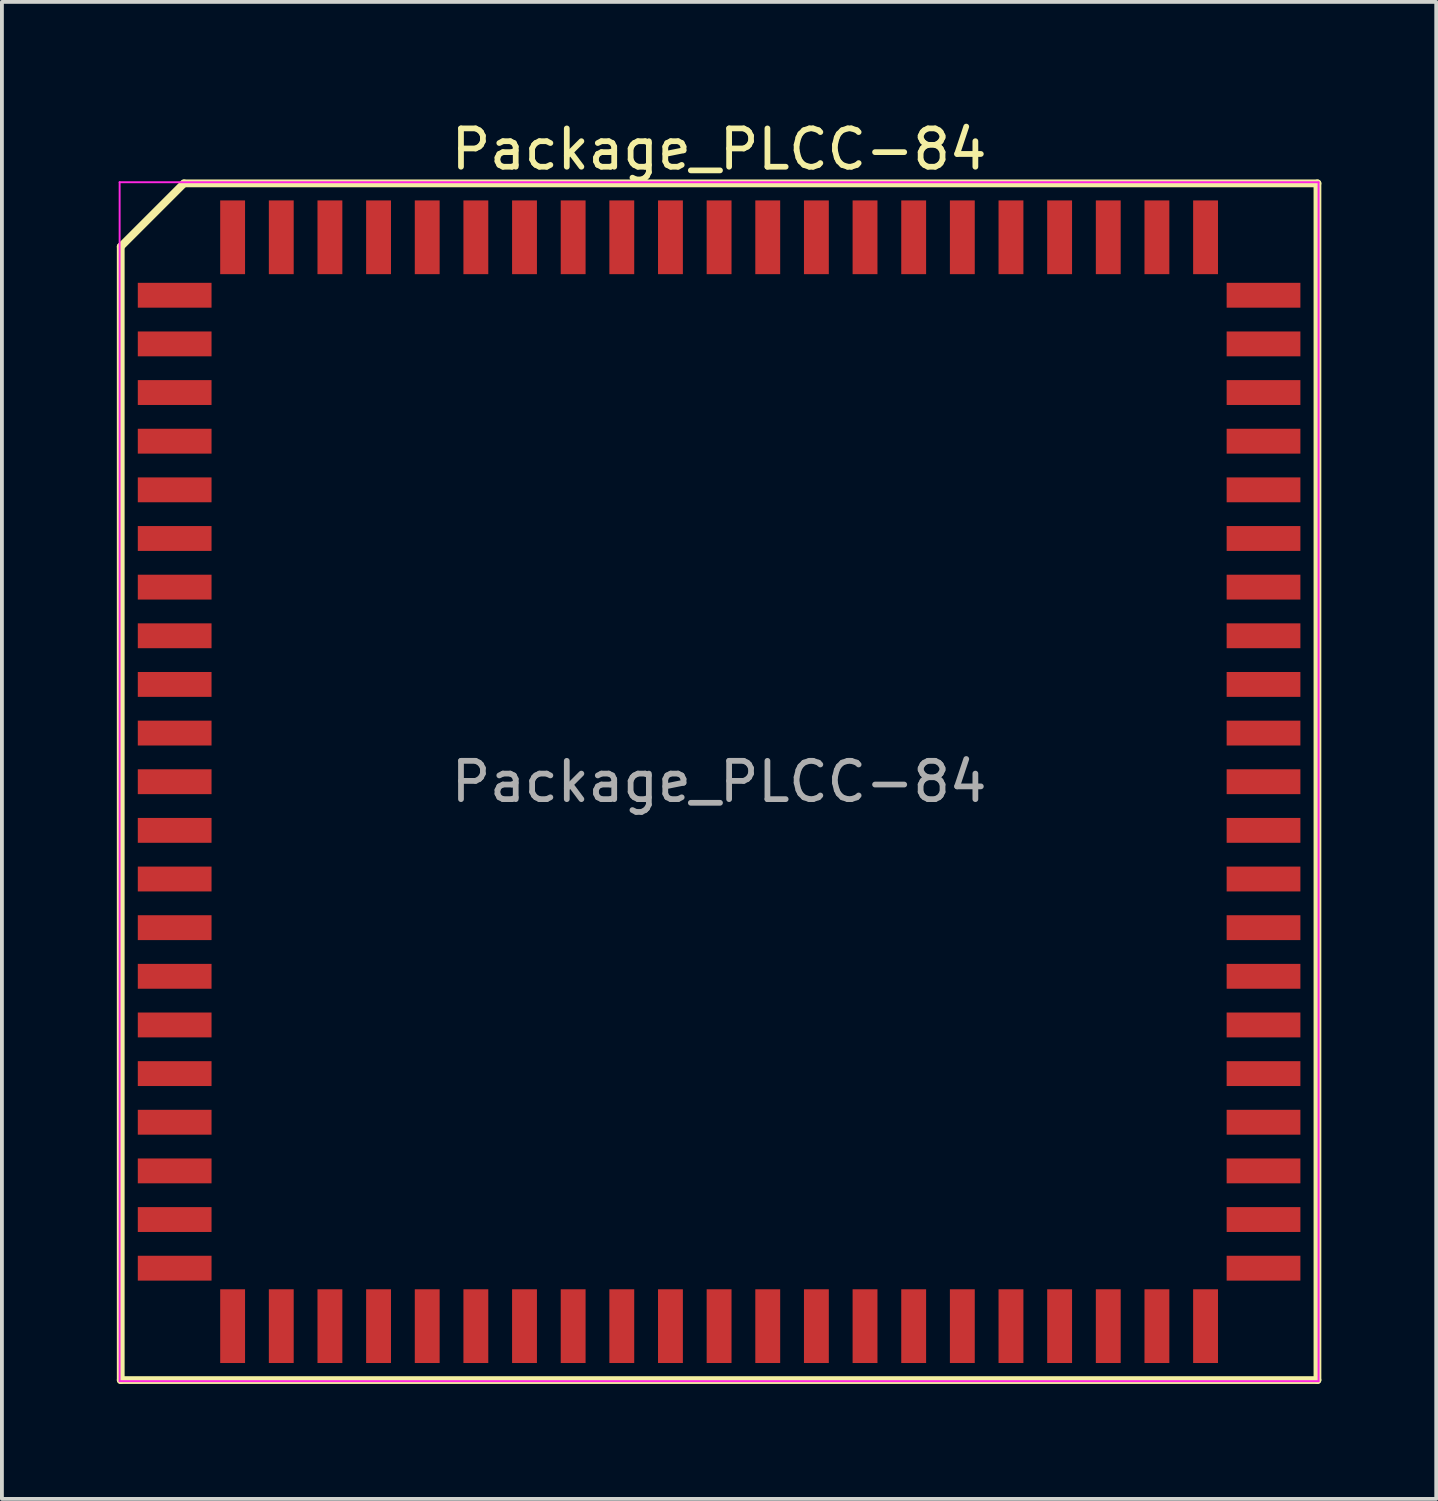
<source format=kicad_pcb>
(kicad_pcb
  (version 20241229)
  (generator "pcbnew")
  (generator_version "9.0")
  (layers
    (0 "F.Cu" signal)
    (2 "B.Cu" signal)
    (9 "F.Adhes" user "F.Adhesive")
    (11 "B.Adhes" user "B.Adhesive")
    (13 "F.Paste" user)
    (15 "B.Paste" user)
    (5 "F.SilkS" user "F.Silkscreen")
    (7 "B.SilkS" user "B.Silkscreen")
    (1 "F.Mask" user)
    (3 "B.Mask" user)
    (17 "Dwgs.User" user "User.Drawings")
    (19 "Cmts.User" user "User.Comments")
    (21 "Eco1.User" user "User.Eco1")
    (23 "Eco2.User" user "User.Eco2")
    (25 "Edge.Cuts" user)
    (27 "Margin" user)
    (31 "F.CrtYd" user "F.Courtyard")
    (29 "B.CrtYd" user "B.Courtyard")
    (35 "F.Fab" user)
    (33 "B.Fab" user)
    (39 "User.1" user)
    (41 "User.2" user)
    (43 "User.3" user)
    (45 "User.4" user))
  (footprint "Package_PLCC-84"
    (layer "F.Cu")
    (at 15.723 17.358)
    (property "Reference" "Package_PLCC-84" (at 0 -16.51 0) (layer "F.SilkS") (effects (font (size 1 1) (thickness 0.15))))
    (attr smd)
    (fp_line (start -15.621 -13.97) (end -15.621 15.621) (stroke (width 0.203) (type solid)) (layer "F.SilkS"))
    (fp_line (start -15.621 15.621) (end 15.621 15.621) (stroke (width 0.203) (type solid)) (layer "F.SilkS"))
    (fp_line (start -13.97 -15.621) (end -15.621 -13.97) (stroke (width 0.203) (type solid)) (layer "F.SilkS"))
    (fp_line (start 15.621 -15.621) (end -13.97 -15.621) (stroke (width 0.203) (type solid)) (layer "F.SilkS"))
    (fp_line (start 15.621 15.621) (end 15.621 -15.621) (stroke (width 0.203) (type solid)) (layer "F.SilkS"))
    (fp_line (start -15.65 -15.65) (end -15.65 15.65) (stroke (width 0.05) (type solid)) (layer "F.CrtYd"))
    (fp_line (start -15.65 15.65) (end 15.65 15.65) (stroke (width 0.05) (type solid)) (layer "F.CrtYd"))
    (fp_line (start 15.65 -15.65) (end -15.65 -15.65) (stroke (width 0.05) (type solid)) (layer "F.CrtYd"))
    (fp_line (start 15.65 15.65) (end 15.65 -15.65) (stroke (width 0.05) (type solid)) (layer "F.CrtYd"))
    (fp_text user "${REFERENCE}" (at 0 0 0) (layer "F.Fab") (effects (font (size 1 1) (thickness 0.15))))
    (pad "1" smd rect (at 0 -14.213) (size 0.649 1.925) (layers "F.Cu" "F.Mask" "F.Paste"))
    (pad "2" smd rect (at -1.27 -14.213) (size 0.649 1.925) (layers "F.Cu" "F.Mask" "F.Paste"))
    (pad "3" smd rect (at -2.54 -14.213) (size 0.649 1.925) (layers "F.Cu" "F.Mask" "F.Paste"))
    (pad "4" smd rect (at -3.81 -14.213) (size 0.649 1.925) (layers "F.Cu" "F.Mask" "F.Paste"))
    (pad "5" smd rect (at -5.08 -14.213) (size 0.649 1.925) (layers "F.Cu" "F.Mask" "F.Paste"))
    (pad "6" smd rect (at -6.35 -14.213) (size 0.649 1.925) (layers "F.Cu" "F.Mask" "F.Paste"))
    (pad "7" smd rect (at -7.62 -14.213) (size 0.649 1.925) (layers "F.Cu" "F.Mask" "F.Paste"))
    (pad "8" smd rect (at -8.89 -14.213) (size 0.649 1.925) (layers "F.Cu" "F.Mask" "F.Paste"))
    (pad "9" smd rect (at -10.16 -14.213) (size 0.649 1.925) (layers "F.Cu" "F.Mask" "F.Paste"))
    (pad "10" smd rect (at -11.43 -14.213) (size 0.649 1.925) (layers "F.Cu" "F.Mask" "F.Paste"))
    (pad "11" smd rect (at -12.7 -14.213) (size 0.649 1.925) (layers "F.Cu" "F.Mask" "F.Paste"))
    (pad "12" smd rect (at -14.213 -12.7 90) (size 0.649 1.925) (layers "F.Cu" "F.Mask" "F.Paste"))
    (pad "13" smd rect (at -14.213 -11.43 90) (size 0.649 1.925) (layers "F.Cu" "F.Mask" "F.Paste"))
    (pad "14" smd rect (at -14.213 -10.16 90) (size 0.649 1.925) (layers "F.Cu" "F.Mask" "F.Paste"))
    (pad "15" smd rect (at -14.213 -8.89 90) (size 0.649 1.925) (layers "F.Cu" "F.Mask" "F.Paste"))
    (pad "16" smd rect (at -14.213 -7.62 90) (size 0.649 1.925) (layers "F.Cu" "F.Mask" "F.Paste"))
    (pad "17" smd rect (at -14.213 -6.35 90) (size 0.649 1.925) (layers "F.Cu" "F.Mask" "F.Paste"))
    (pad "18" smd rect (at -14.213 -5.08 90) (size 0.649 1.925) (layers "F.Cu" "F.Mask" "F.Paste"))
    (pad "19" smd rect (at -14.213 -3.81 90) (size 0.649 1.925) (layers "F.Cu" "F.Mask" "F.Paste"))
    (pad "20" smd rect (at -14.213 -2.54 90) (size 0.649 1.925) (layers "F.Cu" "F.Mask" "F.Paste"))
    (pad "21" smd rect (at -14.213 -1.27 90) (size 0.649 1.925) (layers "F.Cu" "F.Mask" "F.Paste"))
    (pad "22" smd rect (at -14.213 0 90) (size 0.649 1.925) (layers "F.Cu" "F.Mask" "F.Paste"))
    (pad "23" smd rect (at -14.213 1.27 90) (size 0.649 1.925) (layers "F.Cu" "F.Mask" "F.Paste"))
    (pad "24" smd rect (at -14.213 2.54 90) (size 0.649 1.925) (layers "F.Cu" "F.Mask" "F.Paste"))
    (pad "25" smd rect (at -14.213 3.81 90) (size 0.649 1.925) (layers "F.Cu" "F.Mask" "F.Paste"))
    (pad "26" smd rect (at -14.213 5.08 90) (size 0.649 1.925) (layers "F.Cu" "F.Mask" "F.Paste"))
    (pad "27" smd rect (at -14.213 6.35 90) (size 0.649 1.925) (layers "F.Cu" "F.Mask" "F.Paste"))
    (pad "28" smd rect (at -14.213 7.62 90) (size 0.649 1.925) (layers "F.Cu" "F.Mask" "F.Paste"))
    (pad "29" smd rect (at -14.213 8.89 90) (size 0.649 1.925) (layers "F.Cu" "F.Mask" "F.Paste"))
    (pad "30" smd rect (at -14.213 10.16 90) (size 0.649 1.925) (layers "F.Cu" "F.Mask" "F.Paste"))
    (pad "31" smd rect (at -14.213 11.43 90) (size 0.649 1.925) (layers "F.Cu" "F.Mask" "F.Paste"))
    (pad "32" smd rect (at -14.213 12.7 90) (size 0.649 1.925) (layers "F.Cu" "F.Mask" "F.Paste"))
    (pad "33" smd rect (at -12.7 14.213) (size 0.649 1.925) (layers "F.Cu" "F.Mask" "F.Paste"))
    (pad "34" smd rect (at -11.43 14.213) (size 0.649 1.925) (layers "F.Cu" "F.Mask" "F.Paste"))
    (pad "35" smd rect (at -10.16 14.213) (size 0.649 1.925) (layers "F.Cu" "F.Mask" "F.Paste"))
    (pad "36" smd rect (at -8.89 14.213) (size 0.649 1.925) (layers "F.Cu" "F.Mask" "F.Paste"))
    (pad "37" smd rect (at -7.62 14.213) (size 0.649 1.925) (layers "F.Cu" "F.Mask" "F.Paste"))
    (pad "38" smd rect (at -6.35 14.213) (size 0.649 1.925) (layers "F.Cu" "F.Mask" "F.Paste"))
    (pad "39" smd rect (at -5.08 14.213) (size 0.649 1.925) (layers "F.Cu" "F.Mask" "F.Paste"))
    (pad "40" smd rect (at -3.81 14.213) (size 0.649 1.925) (layers "F.Cu" "F.Mask" "F.Paste"))
    (pad "41" smd rect (at -2.54 14.213) (size 0.649 1.925) (layers "F.Cu" "F.Mask" "F.Paste"))
    (pad "42" smd rect (at -1.27 14.213) (size 0.649 1.925) (layers "F.Cu" "F.Mask" "F.Paste"))
    (pad "43" smd rect (at 0 14.213) (size 0.649 1.925) (layers "F.Cu" "F.Mask" "F.Paste"))
    (pad "44" smd rect (at 1.27 14.213) (size 0.649 1.925) (layers "F.Cu" "F.Mask" "F.Paste"))
    (pad "45" smd rect (at 2.54 14.213) (size 0.649 1.925) (layers "F.Cu" "F.Mask" "F.Paste"))
    (pad "46" smd rect (at 3.81 14.213) (size 0.649 1.925) (layers "F.Cu" "F.Mask" "F.Paste"))
    (pad "47" smd rect (at 5.08 14.213) (size 0.649 1.925) (layers "F.Cu" "F.Mask" "F.Paste"))
    (pad "48" smd rect (at 6.35 14.213) (size 0.649 1.925) (layers "F.Cu" "F.Mask" "F.Paste"))
    (pad "49" smd rect (at 7.62 14.213) (size 0.649 1.925) (layers "F.Cu" "F.Mask" "F.Paste"))
    (pad "50" smd rect (at 8.89 14.213) (size 0.649 1.925) (layers "F.Cu" "F.Mask" "F.Paste"))
    (pad "51" smd rect (at 10.16 14.213) (size 0.649 1.925) (layers "F.Cu" "F.Mask" "F.Paste"))
    (pad "52" smd rect (at 11.43 14.213) (size 0.649 1.925) (layers "F.Cu" "F.Mask" "F.Paste"))
    (pad "53" smd rect (at 12.7 14.213) (size 0.649 1.925) (layers "F.Cu" "F.Mask" "F.Paste"))
    (pad "54" smd rect (at 14.213 12.7 90) (size 0.649 1.925) (layers "F.Cu" "F.Mask" "F.Paste"))
    (pad "55" smd rect (at 14.213 11.43 90) (size 0.649 1.925) (layers "F.Cu" "F.Mask" "F.Paste"))
    (pad "56" smd rect (at 14.213 10.16 90) (size 0.649 1.925) (layers "F.Cu" "F.Mask" "F.Paste"))
    (pad "57" smd rect (at 14.213 8.89 90) (size 0.649 1.925) (layers "F.Cu" "F.Mask" "F.Paste"))
    (pad "58" smd rect (at 14.213 7.62 90) (size 0.649 1.925) (layers "F.Cu" "F.Mask" "F.Paste"))
    (pad "59" smd rect (at 14.213 6.35 90) (size 0.649 1.925) (layers "F.Cu" "F.Mask" "F.Paste"))
    (pad "60" smd rect (at 14.213 5.08 90) (size 0.649 1.925) (layers "F.Cu" "F.Mask" "F.Paste"))
    (pad "61" smd rect (at 14.213 3.81 90) (size 0.649 1.925) (layers "F.Cu" "F.Mask" "F.Paste"))
    (pad "62" smd rect (at 14.213 2.54 90) (size 0.649 1.925) (layers "F.Cu" "F.Mask" "F.Paste"))
    (pad "63" smd rect (at 14.213 1.27 90) (size 0.649 1.925) (layers "F.Cu" "F.Mask" "F.Paste"))
    (pad "64" smd rect (at 14.213 0 90) (size 0.649 1.925) (layers "F.Cu" "F.Mask" "F.Paste"))
    (pad "65" smd rect (at 14.213 -1.27 90) (size 0.649 1.925) (layers "F.Cu" "F.Mask" "F.Paste"))
    (pad "66" smd rect (at 14.213 -2.54 90) (size 0.649 1.925) (layers "F.Cu" "F.Mask" "F.Paste"))
    (pad "67" smd rect (at 14.213 -3.81 90) (size 0.649 1.925) (layers "F.Cu" "F.Mask" "F.Paste"))
    (pad "68" smd rect (at 14.213 -5.08 90) (size 0.649 1.925) (layers "F.Cu" "F.Mask" "F.Paste"))
    (pad "69" smd rect (at 14.213 -6.35 90) (size 0.649 1.925) (layers "F.Cu" "F.Mask" "F.Paste"))
    (pad "70" smd rect (at 14.213 -7.62 90) (size 0.649 1.925) (layers "F.Cu" "F.Mask" "F.Paste"))
    (pad "71" smd rect (at 14.213 -8.89 90) (size 0.649 1.925) (layers "F.Cu" "F.Mask" "F.Paste"))
    (pad "72" smd rect (at 14.213 -10.16 90) (size 0.649 1.925) (layers "F.Cu" "F.Mask" "F.Paste"))
    (pad "73" smd rect (at 14.213 -11.43 90) (size 0.649 1.925) (layers "F.Cu" "F.Mask" "F.Paste"))
    (pad "74" smd rect (at 14.213 -12.7 90) (size 0.649 1.925) (layers "F.Cu" "F.Mask" "F.Paste"))
    (pad "75" smd rect (at 12.7 -14.213) (size 0.649 1.925) (layers "F.Cu" "F.Mask" "F.Paste"))
    (pad "76" smd rect (at 11.43 -14.213) (size 0.649 1.925) (layers "F.Cu" "F.Mask" "F.Paste"))
    (pad "77" smd rect (at 10.16 -14.213) (size 0.649 1.925) (layers "F.Cu" "F.Mask" "F.Paste"))
    (pad "78" smd rect (at 8.89 -14.213) (size 0.649 1.925) (layers "F.Cu" "F.Mask" "F.Paste"))
    (pad "79" smd rect (at 7.62 -14.213) (size 0.649 1.925) (layers "F.Cu" "F.Mask" "F.Paste"))
    (pad "80" smd rect (at 6.35 -14.213) (size 0.649 1.925) (layers "F.Cu" "F.Mask" "F.Paste"))
    (pad "81" smd rect (at 5.08 -14.213) (size 0.649 1.925) (layers "F.Cu" "F.Mask" "F.Paste"))
    (pad "82" smd rect (at 3.81 -14.213) (size 0.649 1.925) (layers "F.Cu" "F.Mask" "F.Paste"))
    (pad "83" smd rect (at 2.54 -14.213) (size 0.649 1.925) (layers "F.Cu" "F.Mask" "F.Paste"))
    (pad "84" smd rect (at 1.27 -14.213) (size 0.649 1.925) (layers "F.Cu" "F.Mask" "F.Paste")))
  (gr_rect
    (start -3 -3)
    (end 34.445 36.081)
    (stroke (width 0.1) (type default))
    (fill no)
    (layer "Edge.Cuts")))
</source>
